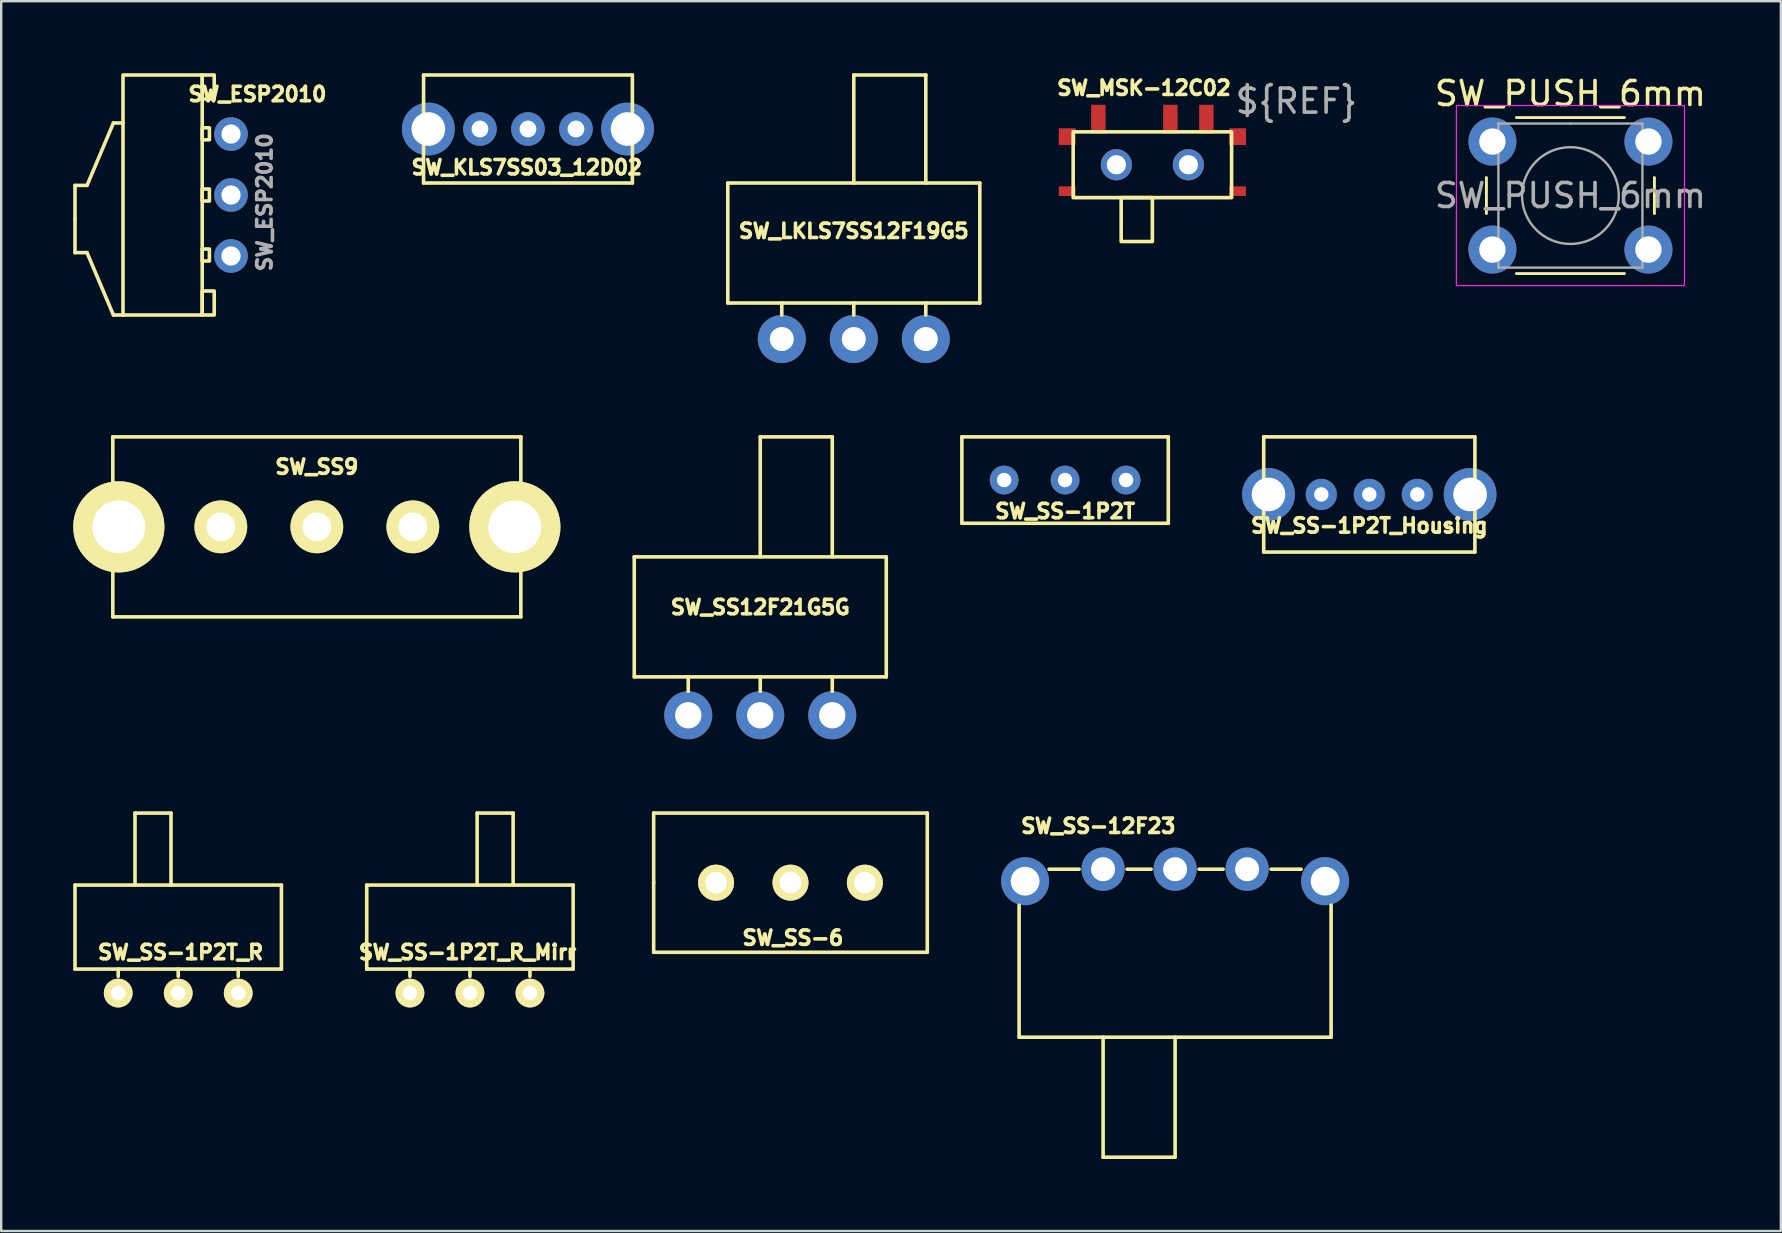
<source format=kicad_pcb>
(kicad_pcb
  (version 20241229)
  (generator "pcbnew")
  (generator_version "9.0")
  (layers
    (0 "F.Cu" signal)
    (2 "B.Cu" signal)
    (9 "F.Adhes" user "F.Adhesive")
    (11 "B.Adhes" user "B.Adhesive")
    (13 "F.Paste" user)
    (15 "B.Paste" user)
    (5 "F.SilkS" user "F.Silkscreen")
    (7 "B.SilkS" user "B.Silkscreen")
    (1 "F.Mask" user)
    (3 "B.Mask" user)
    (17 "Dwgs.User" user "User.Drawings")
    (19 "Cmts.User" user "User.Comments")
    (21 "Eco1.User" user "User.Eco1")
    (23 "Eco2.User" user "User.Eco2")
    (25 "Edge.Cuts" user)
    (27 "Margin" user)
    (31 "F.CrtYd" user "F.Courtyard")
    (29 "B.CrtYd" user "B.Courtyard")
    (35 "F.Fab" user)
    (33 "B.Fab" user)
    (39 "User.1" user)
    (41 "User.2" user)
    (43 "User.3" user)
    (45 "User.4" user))
  (footprint "SW_SS-12F23"
    (layer "F.Cu")
    (at 45.909 33.164)
    (property "Reference" "SW_SS-12F23" (at -3.2 -1.8 0) (layer "F.SilkS") (effects (font (size 0.6 0.6) (thickness 0.15))))
    (attr through_hole)
    (fp_line (start -6.5 7) (end -6.5 1.5) (stroke (width 0.15) (type solid)) (layer "F.SilkS"))
    (fp_line (start -4 0) (end -5.25 0) (stroke (width 0.15) (type solid)) (layer "F.SilkS"))
    (fp_line (start -3 7) (end -3 12) (stroke (width 0.15) (type solid)) (layer "F.SilkS"))
    (fp_line (start -3 12) (end 0 12) (stroke (width 0.15) (type solid)) (layer "F.SilkS"))
    (fp_line (start -2 0) (end -1 0) (stroke (width 0.15) (type solid)) (layer "F.SilkS"))
    (fp_line (start 0 12) (end 0 7) (stroke (width 0.15) (type solid)) (layer "F.SilkS"))
    (fp_line (start 1 0) (end 2 0) (stroke (width 0.15) (type solid)) (layer "F.SilkS"))
    (fp_line (start 4 0) (end 5.25 0) (stroke (width 0.15) (type solid)) (layer "F.SilkS"))
    (fp_line (start 6.5 1.5) (end 6.5 7) (stroke (width 0.15) (type solid)) (layer "F.SilkS"))
    (fp_line (start 6.5 7) (end -6.5 7) (stroke (width 0.15) (type solid)) (layer "F.SilkS"))
    (pad "1" thru_hole circle (at -3 0) (size 1.8 1.8) (drill 1) (layers "*.Cu" "*.Mask"))
    (pad "2" thru_hole circle (at 0 0) (size 1.8 1.8) (drill 1) (layers "*.Cu" "*.Mask"))
    (pad "3" thru_hole circle (at 3 0) (size 1.8 1.8) (drill 1) (layers "*.Cu" "*.Mask"))
    (pad "H" thru_hole circle (at -6.25 0.5) (size 2 2) (drill 1.2) (layers "*.Cu" "*.Mask"))
    (pad "H" thru_hole circle (at 6.25 0.5) (size 2 2) (drill 1.2) (layers "*.Cu" "*.Mask")))
  (footprint "SW_SS-1P2T_R_Mirr"
    (layer "F.Cu")
    (at 16.529 38.325)
    (property "Reference" "SW_SS-1P2T_R_Mirr" (at -0.1 -1.7 0) (layer "F.SilkS") (effects (font (size 0.6 0.6) (thickness 0.15))))
    (attr through_hole)
    (fp_line (start -4.3 -4.5) (end -4.3 -1) (stroke (width 0.15) (type solid)) (layer "F.SilkS"))
    (fp_line (start -4.3 -1) (end 4.3 -1) (stroke (width 0.15) (type solid)) (layer "F.SilkS"))
    (fp_line (start -2.5 -1) (end -2.5 -0.7) (stroke (width 0.15) (type solid)) (layer "F.SilkS"))
    (fp_line (start 0 -1) (end 0 -0.7) (stroke (width 0.15) (type solid)) (layer "F.SilkS"))
    (fp_line (start 0.3 -7.5) (end 0.3 -4.5) (stroke (width 0.15) (type solid)) (layer "F.SilkS"))
    (fp_line (start 1.8 -7.5) (end 0.3 -7.5) (stroke (width 0.15) (type solid)) (layer "F.SilkS"))
    (fp_line (start 1.8 -4.5) (end 1.8 -7.5) (stroke (width 0.15) (type solid)) (layer "F.SilkS"))
    (fp_line (start 2.5 -1) (end 2.5 -0.7) (stroke (width 0.15) (type solid)) (layer "F.SilkS"))
    (fp_line (start 4.3 -4.5) (end -4.3 -4.5) (stroke (width 0.15) (type solid)) (layer "F.SilkS"))
    (fp_line (start 4.3 -1) (end 4.3 -4.5) (stroke (width 0.15) (type solid)) (layer "F.SilkS"))
    (pad "1" thru_hole circle (at 2.5 0) (size 1.2 1.2) (drill 0.6) (layers "*.Cu" "*.Mask" "F.SilkS"))
    (pad "2" thru_hole circle (at 0 0) (size 1.2 1.2) (drill 0.6) (layers "*.Cu" "*.Mask" "F.SilkS"))
    (pad "3" thru_hole circle (at -2.5 0) (size 1.2 1.2) (drill 0.6) (layers "*.Cu" "*.Mask" "F.SilkS")))
  (footprint "SW_SS12F21G5G"
    (layer "F.Cu")
    (at 28.625 26.75)
    (property "Reference" "SW_SS12F21G5G" (at 0 -4.5 0) (layer "F.SilkS") (effects (font (size 0.6 0.6) (thickness 0.15))))
    (attr through_hole)
    (fp_line (start -5.25 -6.6) (end 5.25 -6.6) (stroke (width 0.15) (type solid)) (layer "F.SilkS"))
    (fp_line (start -5.25 -1.6) (end -5.25 -6.6) (stroke (width 0.15) (type solid)) (layer "F.SilkS"))
    (fp_line (start -3 -1.6) (end -3 -1) (stroke (width 0.15) (type solid)) (layer "F.SilkS"))
    (fp_line (start 0 -11.6) (end 3 -11.6) (stroke (width 0.15) (type solid)) (layer "F.SilkS"))
    (fp_line (start 0 -6.6) (end 0 -11.6) (stroke (width 0.15) (type solid)) (layer "F.SilkS"))
    (fp_line (start 0 -1.6) (end 0 -1) (stroke (width 0.15) (type solid)) (layer "F.SilkS"))
    (fp_line (start 3 -11.6) (end 3 -6.6) (stroke (width 0.15) (type solid)) (layer "F.SilkS"))
    (fp_line (start 3 -1.6) (end 3 -1) (stroke (width 0.15) (type solid)) (layer "F.SilkS"))
    (fp_line (start 5.25 -6.6) (end 5.25 -1.6) (stroke (width 0.15) (type solid)) (layer "F.SilkS"))
    (fp_line (start 5.25 -1.6) (end -5.25 -1.6) (stroke (width 0.15) (type solid)) (layer "F.SilkS"))
    (pad "1" thru_hole circle (at -3 0) (size 2 2) (drill 1.1) (layers "*.Cu" "*.Mask"))
    (pad "2" thru_hole circle (at 0 0) (size 2 2) (drill 1.1) (layers "*.Cu" "*.Mask"))
    (pad "3" thru_hole circle (at 3 0) (size 2 2) (drill 1.1) (layers "*.Cu" "*.Mask")))
  (footprint "SW_SS-1P2T"
    (layer "F.Cu")
    (at 41.325 16.95)
    (property "Reference" "SW_SS-1P2T" (at 0 1.3 0) (layer "F.SilkS") (effects (font (size 0.6 0.6) (thickness 0.15))))
    (attr through_hole)
    (fp_line (start -4.3 -1.8) (end 4.3 -1.8) (stroke (width 0.15) (type solid)) (layer "F.SilkS"))
    (fp_line (start -4.3 1.8) (end -4.3 -1.8) (stroke (width 0.15) (type solid)) (layer "F.SilkS"))
    (fp_line (start 4.3 -1.8) (end 4.3 1.8) (stroke (width 0.15) (type solid)) (layer "F.SilkS"))
    (fp_line (start 4.3 1.8) (end -4.3 1.8) (stroke (width 0.15) (type solid)) (layer "F.SilkS"))
    (pad "1" thru_hole circle (at -2.54 0) (size 1.2 1.2) (drill 0.6) (layers "*.Cu" "*.Mask"))
    (pad "2" thru_hole circle (at 0 0) (size 1.2 1.2) (drill 0.6) (layers "*.Cu" "*.Mask"))
    (pad "3" thru_hole circle (at 2.54 0) (size 1.2 1.2) (drill 0.6) (layers "*.Cu" "*.Mask")))
  (footprint "SW_SS-1P2T_Housing"
    (layer "F.Cu")
    (at 54 17.55)
    (property "Reference" "SW_SS-1P2T_Housing" (at 0 1.3 0) (layer "F.SilkS") (effects (font (size 0.6 0.6) (thickness 0.15))))
    (attr through_hole)
    (fp_line (start -4.4 -2.4) (end 4.4 -2.4) (stroke (width 0.15) (type solid)) (layer "F.SilkS"))
    (fp_line (start -4.4 2.4) (end -4.4 -2.4) (stroke (width 0.15) (type solid)) (layer "F.SilkS"))
    (fp_line (start 4.4 -2.4) (end 4.4 2.4) (stroke (width 0.15) (type solid)) (layer "F.SilkS"))
    (fp_line (start 4.4 2.4) (end -4.4 2.4) (stroke (width 0.15) (type solid)) (layer "F.SilkS"))
    (pad "1" thru_hole circle (at -2 0) (size 1.3 1.3) (drill 0.6) (layers "*.Cu" "*.Mask"))
    (pad "2" thru_hole circle (at 0 0) (size 1.3 1.3) (drill 0.6) (layers "*.Cu" "*.Mask"))
    (pad "3" thru_hole circle (at 2 0) (size 1.3 1.3) (drill 0.6) (layers "*.Cu" "*.Mask"))
    (pad "H" thru_hole circle (at -4.2 0) (size 2.2 2.2) (drill 1.4) (layers "*.Cu" "*.Mask"))
    (pad "H" thru_hole circle (at 4.2 0) (size 2.2 2.2) (drill 1.4) (layers "*.Cu" "*.Mask")))
  (footprint "SW_LKLS7SS12F19G5"
    (layer "F.Cu")
    (at 32.522 11.075)
    (property "Reference" "SW_LKLS7SS12F19G5" (at 0 -4.5 0) (layer "F.SilkS") (effects (font (size 0.6 0.6) (thickness 0.15))))
    (attr through_hole)
    (fp_line (start -5.25 -6.5) (end 5.25 -6.5) (stroke (width 0.15) (type solid)) (layer "F.SilkS"))
    (fp_line (start -5.25 -1.5) (end -5.25 -6.5) (stroke (width 0.15) (type solid)) (layer "F.SilkS"))
    (fp_line (start -3 -1.5) (end -3 -1) (stroke (width 0.15) (type solid)) (layer "F.SilkS"))
    (fp_line (start 0 -11) (end 3 -11) (stroke (width 0.15) (type solid)) (layer "F.SilkS"))
    (fp_line (start 0 -6.5) (end 0 -11) (stroke (width 0.15) (type solid)) (layer "F.SilkS"))
    (fp_line (start 0 -1.5) (end 0 -1) (stroke (width 0.15) (type solid)) (layer "F.SilkS"))
    (fp_line (start 3 -11) (end 3 -6.5) (stroke (width 0.15) (type solid)) (layer "F.SilkS"))
    (fp_line (start 3 -1.5) (end 3 -1) (stroke (width 0.15) (type solid)) (layer "F.SilkS"))
    (fp_line (start 5.25 -6.5) (end 5.25 -1.5) (stroke (width 0.15) (type solid)) (layer "F.SilkS"))
    (fp_line (start 5.25 -1.5) (end -5.25 -1.5) (stroke (width 0.15) (type solid)) (layer "F.SilkS"))
    (pad "1" thru_hole circle (at -3 0) (size 2 2) (drill 1) (layers "*.Cu" "*.Mask"))
    (pad "2" thru_hole circle (at 0 0) (size 2 2) (drill 1) (layers "*.Cu" "*.Mask"))
    (pad "3" thru_hole circle (at 3 0) (size 2 2) (drill 1) (layers "*.Cu" "*.Mask")))
  (footprint "SW_SS-1P2T_R"
    (layer "F.Cu")
    (at 4.375 38.325)
    (property "Reference" "SW_SS-1P2T_R" (at 0.1 -1.7 0) (layer "F.SilkS") (effects (font (size 0.6 0.6) (thickness 0.15))))
    (attr through_hole)
    (fp_line (start -4.3 -4.5) (end 4.3 -4.5) (stroke (width 0.15) (type solid)) (layer "F.SilkS"))
    (fp_line (start -4.3 -1) (end -4.3 -4.5) (stroke (width 0.15) (type solid)) (layer "F.SilkS"))
    (fp_line (start -2.5 -1) (end -2.5 -0.7) (stroke (width 0.15) (type solid)) (layer "F.SilkS"))
    (fp_line (start -1.8 -7.5) (end -0.3 -7.5) (stroke (width 0.15) (type solid)) (layer "F.SilkS"))
    (fp_line (start -1.8 -4.5) (end -1.8 -7.5) (stroke (width 0.15) (type solid)) (layer "F.SilkS"))
    (fp_line (start -0.3 -7.5) (end -0.3 -4.5) (stroke (width 0.15) (type solid)) (layer "F.SilkS"))
    (fp_line (start 0 -1) (end 0 -0.7) (stroke (width 0.15) (type solid)) (layer "F.SilkS"))
    (fp_line (start 2.5 -1) (end 2.5 -0.7) (stroke (width 0.15) (type solid)) (layer "F.SilkS"))
    (fp_line (start 4.3 -4.5) (end 4.3 -1) (stroke (width 0.15) (type solid)) (layer "F.SilkS"))
    (fp_line (start 4.3 -1) (end -4.3 -1) (stroke (width 0.15) (type solid)) (layer "F.SilkS"))
    (pad "1" thru_hole circle (at -2.5 0) (size 1.2 1.2) (drill 0.6) (layers "*.Cu" "*.Mask" "F.SilkS"))
    (pad "2" thru_hole circle (at 0 0) (size 1.2 1.2) (drill 0.6) (layers "*.Cu" "*.Mask" "F.SilkS"))
    (pad "3" thru_hole circle (at 2.5 0) (size 1.2 1.2) (drill 0.6) (layers "*.Cu" "*.Mask" "F.SilkS")))
  (footprint "SW_KLS7SS03_12D02"
    (layer "F.Cu")
    (at 18.947 2.325)
    (property "Reference" "SW_KLS7SS03_12D02" (at -0.05 1.6 0) (layer "F.SilkS") (effects (font (size 0.6 0.6) (thickness 0.15))))
    (attr through_hole)
    (fp_line (start -4.35 -2.25) (end 4.35 -2.25) (stroke (width 0.15) (type solid)) (layer "F.SilkS"))
    (fp_line (start -4.35 2.25) (end -4.35 -2.25) (stroke (width 0.15) (type solid)) (layer "F.SilkS"))
    (fp_line (start 4.35 -2.25) (end 4.35 2.25) (stroke (width 0.15) (type solid)) (layer "F.SilkS"))
    (fp_line (start 4.35 2.25) (end -4.35 2.25) (stroke (width 0.15) (type solid)) (layer "F.SilkS"))
    (pad "1" thru_hole circle (at -2 0) (size 1.4 1.4) (drill 0.7) (layers "*.Cu" "*.Mask"))
    (pad "2" thru_hole circle (at 0 0) (size 1.4 1.4) (drill 0.7) (layers "*.Cu" "*.Mask"))
    (pad "3" thru_hole circle (at 2 0) (size 1.4 1.4) (drill 0.7) (layers "*.Cu" "*.Mask"))
    (pad "H" thru_hole circle (at -4.15 0) (size 2.2 2.2) (drill 1.4) (layers "*.Cu" "*.Mask"))
    (pad "H" thru_hole circle (at 4.15 0) (size 2.2 2.2) (drill 1.4) (layers "*.Cu" "*.Mask")))
  (footprint "SW_ESP2010"
    (layer "F.Cu")
    (at 6.575 5.075)
    (property "Reference" "SW_ESP2010" (at 1.1 -4.2 0) (unlocked yes) (layer "F.SilkS") (effects (font (size 0.6 0.6) (thickness 0.15))))
    (attr through_hole)
    (fp_line (start -6.5 -0.4) (end -6 -0.4) (stroke (width 0.15) (type default)) (layer "F.SilkS"))
    (fp_line (start -6.5 1) (end -6.5 -0.4) (stroke (width 0.15) (type default)) (layer "F.SilkS"))
    (fp_line (start -6.5 2.4) (end -6.5 1) (stroke (width 0.15) (type default)) (layer "F.SilkS"))
    (fp_line (start -6.5 2.4) (end -6 2.4) (stroke (width 0.15) (type default)) (layer "F.SilkS"))
    (fp_line (start -6 -0.4) (end -4.9 -3) (stroke (width 0.15) (type default)) (layer "F.SilkS"))
    (fp_line (start -6 2.4) (end -4.9 5) (stroke (width 0.15) (type default)) (layer "F.SilkS"))
    (fp_line (start -4.5 -3) (end -4.9 -3) (stroke (width 0.15) (type default)) (layer "F.SilkS"))
    (fp_line (start -4.5 5) (end -4.9 5) (stroke (width 0.15) (type default)) (layer "F.SilkS"))
    (fp_rect (start -4.5 -5) (end -1.2 5) (stroke (width 0.15) (type default)) (fill no) (layer "F.SilkS"))
    (fp_rect (start -1.2 -5) (end -0.7 -4) (stroke (width 0.15) (type default)) (fill no) (layer "F.SilkS"))
    (fp_rect (start -1.2 -2.8) (end -0.9 -2.3) (stroke (width 0.15) (type default)) (fill no) (layer "F.SilkS"))
    (fp_rect (start -1.2 -0.25) (end -0.9 0.25) (stroke (width 0.15) (type default)) (fill no) (layer "F.SilkS"))
    (fp_rect (start -1.2 2.25) (end -0.9 2.75) (stroke (width 0.15) (type default)) (fill no) (layer "F.SilkS"))
    (fp_rect (start -1.2 4) (end -0.7 5) (stroke (width 0.15) (type default)) (fill no) (layer "F.SilkS"))
    (fp_text user "${REFERENCE}" (at 1.4 0.3 90) (unlocked yes) (layer "F.Fab") (effects (font (size 0.6 0.6) (thickness 0.15))))
    (pad "1" thru_hole circle (at 0 2.54) (size 1.4 1.4) (drill 0.8) (layers "*.Cu" "*.Mask"))
    (pad "2" thru_hole circle (at 0 0) (size 1.4 1.4) (drill 0.8) (layers "*.Cu" "*.Mask"))
    (pad "3" thru_hole circle (at 0 -2.54) (size 1.4 1.4) (drill 0.8) (layers "*.Cu" "*.Mask")))
  (footprint "SW_SS9"
    (layer "F.Cu")
    (at 10.15 18.9)
    (property "Reference" "SW_SS9" (at 0 -2.5 0) (layer "F.SilkS") (effects (font (size 0.6 0.6) (thickness 0.15))))
    (attr through_hole)
    (fp_line (start -8.5 -3.75) (end 8.5 -3.75) (stroke (width 0.15) (type solid)) (layer "F.SilkS"))
    (fp_line (start -8.5 3.75) (end -8.5 -3.75) (stroke (width 0.15) (type solid)) (layer "F.SilkS"))
    (fp_line (start 8.5 -3.75) (end 8.5 3.75) (stroke (width 0.15) (type solid)) (layer "F.SilkS"))
    (fp_line (start 8.5 3.75) (end -8.5 3.75) (stroke (width 0.15) (type solid)) (layer "F.SilkS"))
    (pad "1" thru_hole circle (at -4 0) (size 2.2 2.2) (drill 1.2) (layers "*.Cu" "*.Mask" "F.SilkS"))
    (pad "2" thru_hole circle (at 0 0) (size 2.2 2.2) (drill 1.2) (layers "*.Cu" "*.Mask" "F.SilkS"))
    (pad "3" thru_hole circle (at 4 0) (size 2.2 2.2) (drill 1.2) (layers "*.Cu" "*.Mask" "F.SilkS"))
    (pad "H" thru_hole circle (at -8.25 0) (size 3.8 3.8) (drill 2.2) (layers "*.Cu" "*.Mask" "F.SilkS"))
    (pad "H" thru_hole circle (at 8.25 0) (size 3.8 3.8) (drill 2.2) (layers "*.Cu" "*.Mask" "F.SilkS")))
  (footprint "SW_SS-6"
    (layer "F.Cu")
    (at 29.884 33.725)
    (property "Reference" "SW_SS-6" (at 0.1 2.3 0) (layer "F.SilkS") (effects (font (size 0.6 0.6) (thickness 0.15))))
    (attr through_hole)
    (fp_line (start -5.7 -2.9) (end 5.7 -2.9) (stroke (width 0.15) (type solid)) (layer "F.SilkS"))
    (fp_line (start -5.7 0) (end -5.7 -2.9) (stroke (width 0.15) (type solid)) (layer "F.SilkS"))
    (fp_line (start -5.7 2.9) (end -5.7 0) (stroke (width 0.15) (type solid)) (layer "F.SilkS"))
    (fp_line (start 5.7 -2.9) (end 5.7 2.9) (stroke (width 0.15) (type solid)) (layer "F.SilkS"))
    (fp_line (start 5.7 2.9) (end -5.7 2.9) (stroke (width 0.15) (type solid)) (layer "F.SilkS"))
    (pad "1" thru_hole circle (at -3.1 0) (size 1.5 1.5) (drill 0.9) (layers "*.Cu" "*.Mask" "F.SilkS"))
    (pad "2" thru_hole circle (at 0 0) (size 1.5 1.5) (drill 0.9) (layers "*.Cu" "*.Mask" "F.SilkS"))
    (pad "3" thru_hole circle (at 3.1 0) (size 1.5 1.5) (drill 0.9) (layers "*.Cu" "*.Mask" "F.SilkS")))
  (footprint "SW_PUSH_6mm"
    (layer "F.Cu")
    (at 59.129 2.848)
    (property "Reference" "SW_PUSH_6mm" (at 3.25 -2 0) (layer "F.SilkS") (effects (font (size 1 1) (thickness 0.15))))
    (attr through_hole)
    (fp_line (start -0.25 1.5) (end -0.25 3) (stroke (width 0.12) (type solid)) (layer "F.SilkS"))
    (fp_line (start 1 5.5) (end 5.5 5.5) (stroke (width 0.12) (type solid)) (layer "F.SilkS"))
    (fp_line (start 5.5 -1) (end 1 -1) (stroke (width 0.12) (type solid)) (layer "F.SilkS"))
    (fp_line (start 6.75 3) (end 6.75 1.5) (stroke (width 0.12) (type solid)) (layer "F.SilkS"))
    (fp_line (start -1.5 -1.5) (end -1.25 -1.5) (stroke (width 0.05) (type solid)) (layer "F.CrtYd"))
    (fp_line (start -1.5 -1.25) (end -1.5 -1.5) (stroke (width 0.05) (type solid)) (layer "F.CrtYd"))
    (fp_line (start -1.5 5.75) (end -1.5 -1.25) (stroke (width 0.05) (type solid)) (layer "F.CrtYd"))
    (fp_line (start -1.5 5.75) (end -1.5 6) (stroke (width 0.05) (type solid)) (layer "F.CrtYd"))
    (fp_line (start -1.5 6) (end -1.25 6) (stroke (width 0.05) (type solid)) (layer "F.CrtYd"))
    (fp_line (start -1.25 -1.5) (end 7.75 -1.5) (stroke (width 0.05) (type solid)) (layer "F.CrtYd"))
    (fp_line (start 7.75 -1.5) (end 8 -1.5) (stroke (width 0.05) (type solid)) (layer "F.CrtYd"))
    (fp_line (start 7.75 6) (end -1.25 6) (stroke (width 0.05) (type solid)) (layer "F.CrtYd"))
    (fp_line (start 7.75 6) (end 8 6) (stroke (width 0.05) (type solid)) (layer "F.CrtYd"))
    (fp_line (start 8 -1.5) (end 8 -1.25) (stroke (width 0.05) (type solid)) (layer "F.CrtYd"))
    (fp_line (start 8 -1.25) (end 8 5.75) (stroke (width 0.05) (type solid)) (layer "F.CrtYd"))
    (fp_line (start 8 6) (end 8 5.75) (stroke (width 0.05) (type solid)) (layer "F.CrtYd"))
    (fp_line (start 0.25 -0.75) (end 3.25 -0.75) (stroke (width 0.1) (type solid)) (layer "F.Fab"))
    (fp_line (start 0.25 5.25) (end 0.25 -0.75) (stroke (width 0.1) (type solid)) (layer "F.Fab"))
    (fp_line (start 3.25 -0.75) (end 6.25 -0.75) (stroke (width 0.1) (type solid)) (layer "F.Fab"))
    (fp_line (start 6.25 -0.75) (end 6.25 5.25) (stroke (width 0.1) (type solid)) (layer "F.Fab"))
    (fp_line (start 6.25 5.25) (end 0.25 5.25) (stroke (width 0.1) (type solid)) (layer "F.Fab"))
    (fp_circle (center 3.25 2.25) (end 1.25 2.5) (stroke (width 0.1) (type solid)) (fill no) (layer "F.Fab"))
    (fp_text user "${REFERENCE}" (at 3.25 2.25 0) (layer "F.Fab") (effects (font (size 1 1) (thickness 0.15))))
    (pad "1" thru_hole circle (at 0 0 90) (size 2 2) (drill 1.1) (layers "*.Cu" "*.Mask"))
    (pad "1" thru_hole circle (at 6.5 0 90) (size 2 2) (drill 1.1) (layers "*.Cu" "*.Mask"))
    (pad "2" thru_hole circle (at 0 4.5 90) (size 2 2) (drill 1.1) (layers "*.Cu" "*.Mask"))
    (pad "2" thru_hole circle (at 6.5 4.5 90) (size 2 2) (drill 1.1) (layers "*.Cu" "*.Mask")))
  (footprint "SW_MSK-12C02"
    (layer "F.Cu")
    (at 44.962 3.814)
    (property "Reference" "SW_MSK-12C02" (at -0.35 -3.2 0) (unlocked yes) (layer "F.SilkS") (effects (font (size 0.6 0.6) (thickness 0.15))))
    (attr through_hole)
    (fp_rect (start -3.3 -1.37) (end 3.3 1.37) (stroke (width 0.15) (type solid)) (fill no) (layer "F.SilkS"))
    (fp_rect (start -1.3 1.37) (end 0 3.2) (stroke (width 0.15) (type solid)) (fill no) (layer "F.SilkS"))
    (fp_text user "${REF}" (at 6 -2.65 0) (unlocked yes) (layer "F.Fab") (effects (font (size 1 1) (thickness 0.15))))
    (pad "1" smd rect (at -2.25 -1.9) (size 0.6 1.2) (layers "F.Cu" "F.Mask" "F.Paste"))
    (pad "2" smd rect (at 0.75 -1.9) (size 0.6 1.2) (layers "F.Cu" "F.Mask" "F.Paste"))
    (pad "3" smd rect (at 2.25 -1.9) (size 0.6 1.2) (layers "F.Cu" "F.Mask" "F.Paste"))
    (pad "H" smd rect (at -3.55 -1.17) (size 0.7 0.7) (layers "F.Cu" "F.Mask" "F.Paste"))
    (pad "H" smd rect (at -3.55 1.1) (size 0.7 0.4) (layers "F.Cu" "F.Mask" "F.Paste"))
    (pad "H" thru_hole circle (at -1.5 0) (size 1.3 1.3) (drill 0.8) (layers "*.Cu" "*.Mask"))
    (pad "H" thru_hole circle (at 1.5 0) (size 1.3 1.3) (drill 0.8) (layers "*.Cu" "*.Mask"))
    (pad "H" smd rect (at 3.55 -1.17) (size 0.7 0.7) (layers "F.Cu" "F.Mask" "F.Paste"))
    (pad "H" smd rect (at 3.55 1.1) (size 0.7 0.4) (layers "F.Cu" "F.Mask" "F.Paste")))
  (gr_rect
    (start -3 -3)
    (end 71.147 48.239)
    (stroke (width 0.1) (type default))
    (fill no)
    (layer "Edge.Cuts")))
</source>
